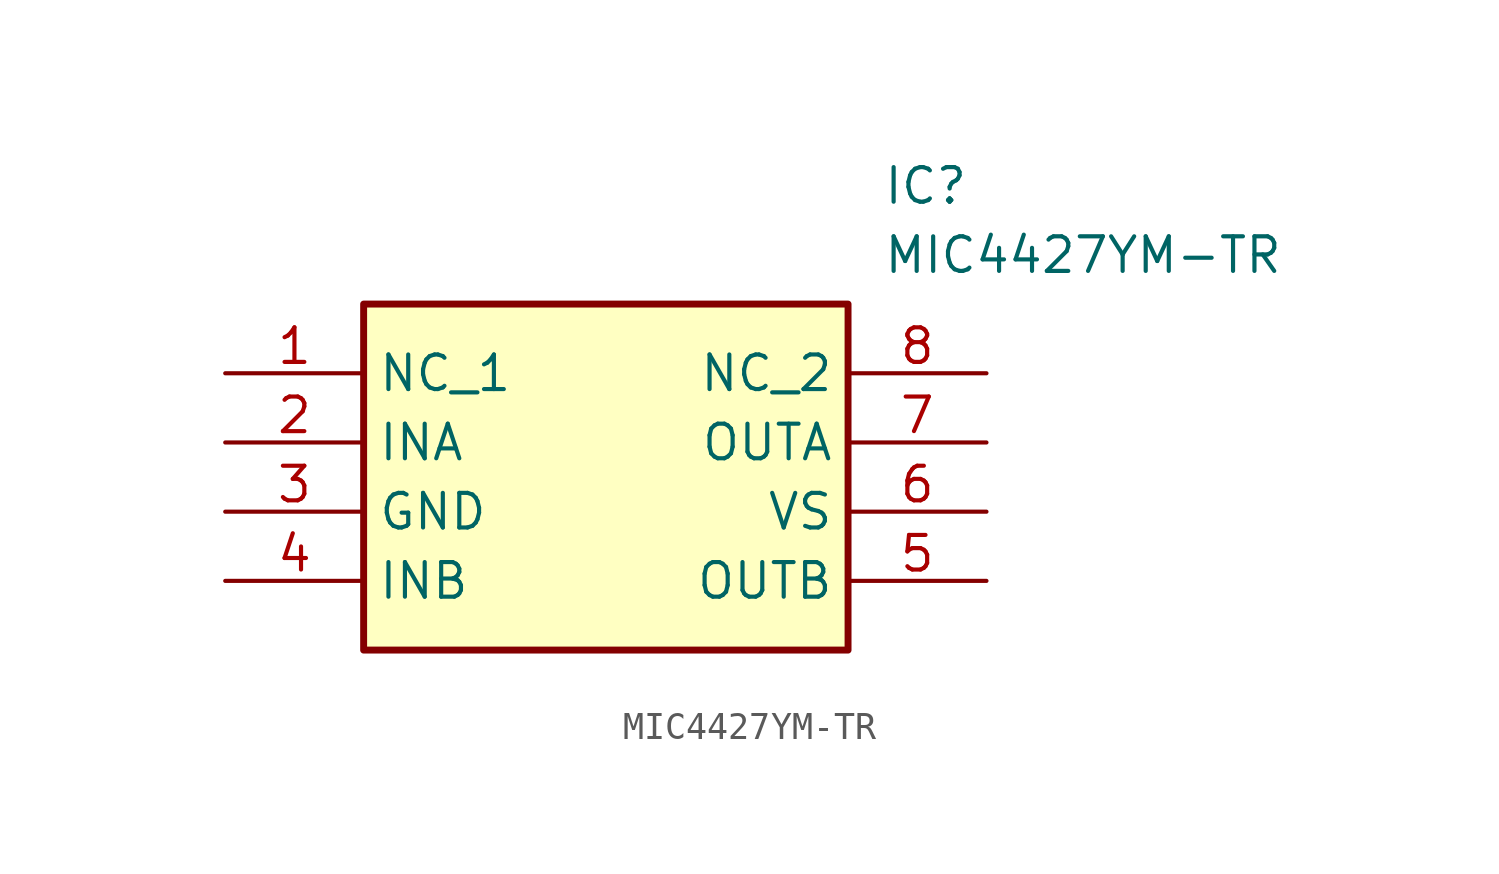
<source format=kicad_sym>
(kicad_symbol_lib
  (version 20211014)
  (generator SamacSys_ECAD_Model)
  (symbol "MIC4427YM-TR"
    (property "Reference" "IC"
      (at 24.13 7.62 0)
      (effects (font (size 1.27 1.27)) (justify left top)))
    (property "Value" "MIC4427YM-TR"
      (at 24.13 5.08 0)
      (effects (font (size 1.27 1.27)) (justify left top)))
    (rectangle
      (start 5.08 2.54)
      (end 22.86 -10.16)
      (stroke (width 0.254) (type default))
      (fill (type background)))
    (pin passive line
      (at 0 0 0)
      (length 5.08)
      (name "NC_1" (effects (font (size 1.27 1.27))))
      (number "1" (effects (font (size 1.27 1.27)))))
    (pin passive line
      (at 0 -2.54 0)
      (length 5.08)
      (name "INA" (effects (font (size 1.27 1.27))))
      (number "2" (effects (font (size 1.27 1.27)))))
    (pin passive line
      (at 0 -5.08 0)
      (length 5.08)
      (name "GND" (effects (font (size 1.27 1.27))))
      (number "3" (effects (font (size 1.27 1.27)))))
    (pin passive line
      (at 0 -7.62 0)
      (length 5.08)
      (name "INB" (effects (font (size 1.27 1.27))))
      (number "4" (effects (font (size 1.27 1.27)))))
    (pin passive line
      (at 27.94 0 180)
      (length 5.08)
      (name "NC_2" (effects (font (size 1.27 1.27))))
      (number "8" (effects (font (size 1.27 1.27)))))
    (pin passive line
      (at 27.94 -2.54 180)
      (length 5.08)
      (name "OUTA" (effects (font (size 1.27 1.27))))
      (number "7" (effects (font (size 1.27 1.27)))))
    (pin passive line
      (at 27.94 -5.08 180)
      (length 5.08)
      (name "VS" (effects (font (size 1.27 1.27))))
      (number "6" (effects (font (size 1.27 1.27)))))
    (pin passive line
      (at 27.94 -7.62 180)
      (length 5.08)
      (name "OUTB" (effects (font (size 1.27 1.27))))
      (number "5" (effects (font (size 1.27 1.27)))))))
</source>
